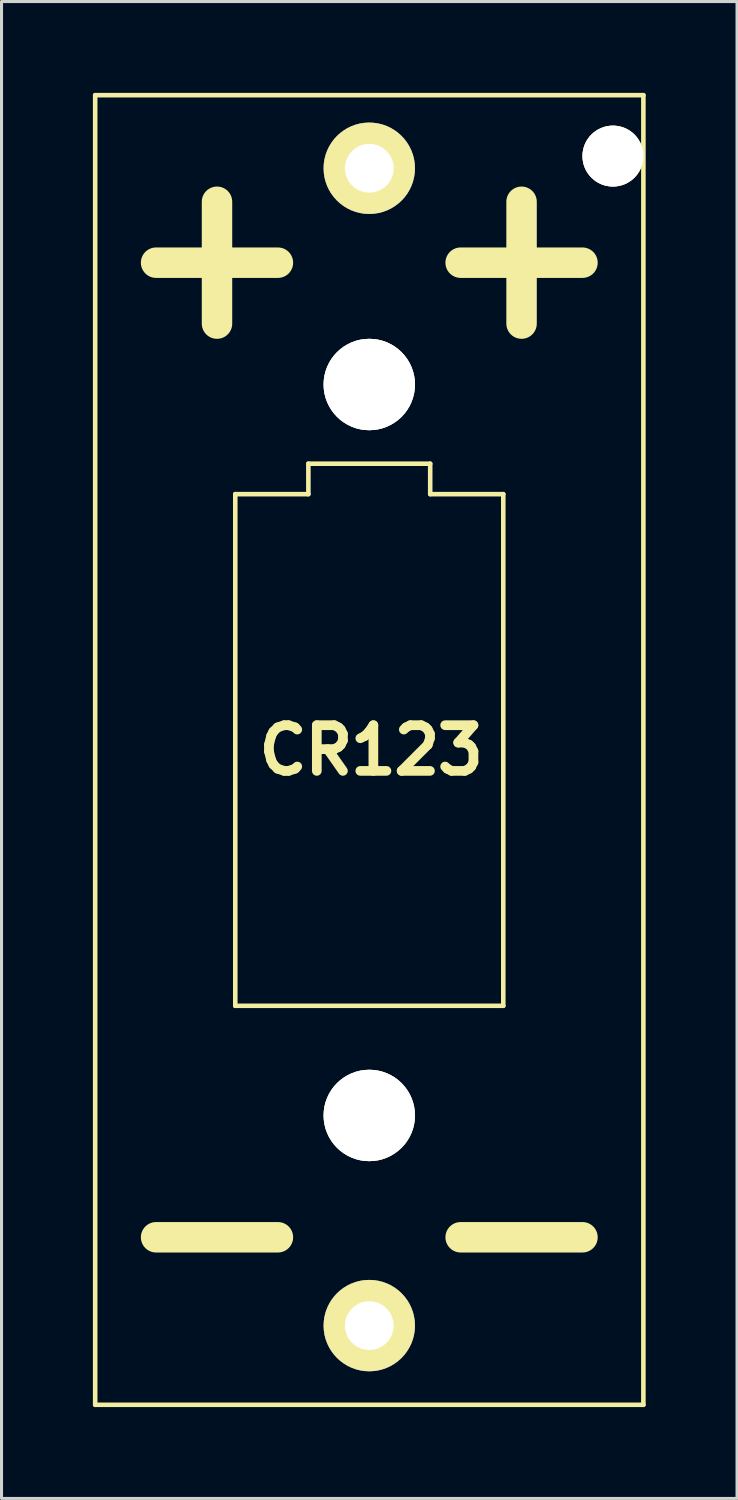
<source format=kicad_pcb>
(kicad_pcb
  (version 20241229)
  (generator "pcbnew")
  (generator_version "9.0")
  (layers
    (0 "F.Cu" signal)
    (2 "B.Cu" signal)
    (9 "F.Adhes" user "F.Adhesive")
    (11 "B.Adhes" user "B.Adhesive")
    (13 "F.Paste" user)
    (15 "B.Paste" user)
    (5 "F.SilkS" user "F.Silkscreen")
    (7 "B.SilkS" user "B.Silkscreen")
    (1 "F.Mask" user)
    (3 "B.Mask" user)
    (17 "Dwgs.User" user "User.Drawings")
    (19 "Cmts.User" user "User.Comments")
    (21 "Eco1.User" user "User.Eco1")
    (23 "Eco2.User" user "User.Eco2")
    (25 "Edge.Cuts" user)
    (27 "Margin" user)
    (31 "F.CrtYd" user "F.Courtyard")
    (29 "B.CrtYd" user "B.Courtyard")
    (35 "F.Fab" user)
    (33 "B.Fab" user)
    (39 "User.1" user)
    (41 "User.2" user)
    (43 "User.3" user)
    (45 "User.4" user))
  (footprint "CR123"
    (layer "F.Cu")
    (at 9.075 21.575)
    (property "Reference" "CR123" (at 0.063 0.009 0) (layer "F.SilkS") (effects (font (size 1.5 1.5) (thickness 0.318))))
    (attr through_hole)
    (fp_line (start -9 -21.5) (end 9 -21.5) (stroke (width 0.15) (type solid)) (layer "F.SilkS"))
    (fp_line (start -9 21.5) (end -9 -21.5) (stroke (width 0.15) (type solid)) (layer "F.SilkS"))
    (fp_line (start -7 -16) (end -3 -16) (stroke (width 1) (type solid)) (layer "F.SilkS"))
    (fp_line (start -7 16) (end -3 16) (stroke (width 1) (type solid)) (layer "F.SilkS"))
    (fp_line (start -5 -18) (end -5 -14) (stroke (width 1) (type solid)) (layer "F.SilkS"))
    (fp_line (start -4.4 -8.4) (end -2 -8.4) (stroke (width 0.15) (type solid)) (layer "F.SilkS"))
    (fp_line (start -4.4 8.4) (end -4.4 -8.4) (stroke (width 0.15) (type solid)) (layer "F.SilkS"))
    (fp_line (start -2 -9.4) (end -2 -8.4) (stroke (width 0.15) (type solid)) (layer "F.SilkS"))
    (fp_line (start -2 -9.4) (end 2 -9.4) (stroke (width 0.15) (type solid)) (layer "F.SilkS"))
    (fp_line (start 2 -9.4) (end 2 -8.4) (stroke (width 0.15) (type solid)) (layer "F.SilkS"))
    (fp_line (start 2 -8.4) (end 4.4 -8.4) (stroke (width 0.15) (type solid)) (layer "F.SilkS"))
    (fp_line (start 3 -16) (end 7 -16) (stroke (width 1) (type solid)) (layer "F.SilkS"))
    (fp_line (start 3 16) (end 7 16) (stroke (width 1) (type solid)) (layer "F.SilkS"))
    (fp_line (start 4.4 -8.4) (end 4.4 8.4) (stroke (width 0.15) (type solid)) (layer "F.SilkS"))
    (fp_line (start 4.4 8.4) (end -4.4 8.4) (stroke (width 0.15) (type solid)) (layer "F.SilkS"))
    (fp_line (start 5 -18) (end 5 -14) (stroke (width 1) (type solid)) (layer "F.SilkS"))
    (fp_line (start 9 -21.5) (end 9 21.5) (stroke (width 0.15) (type solid)) (layer "F.SilkS"))
    (fp_line (start 9 21.5) (end -9 21.5) (stroke (width 0.15) (type solid)) (layer "F.SilkS"))
    (pad "" thru_hole circle (at 0 -12) (size 3 3) (drill 3) (layers "*.Cu" "*.Mask" "F.SilkS"))
    (pad "" thru_hole circle (at 0 12) (size 3 3) (drill 3) (layers "*.Cu" "*.Mask" "F.SilkS"))
    (pad "" thru_hole circle (at 8 -19.5) (size 2 2) (drill 2) (layers "*.Cu" "*.Mask" "F.SilkS"))
    (pad "1" thru_hole circle (at 0 -19.1) (size 3 3) (drill 1.6) (layers "*.Cu" "*.Mask" "F.SilkS"))
    (pad "2" thru_hole circle (at 0 18.9) (size 3 3) (drill 1.6) (layers "*.Cu" "*.Mask" "F.SilkS")))
  (gr_rect
    (start -3 -3)
    (end 21.15 46.15)
    (stroke (width 0.1) (type default))
    (fill no)
    (layer "Edge.Cuts")))
</source>
